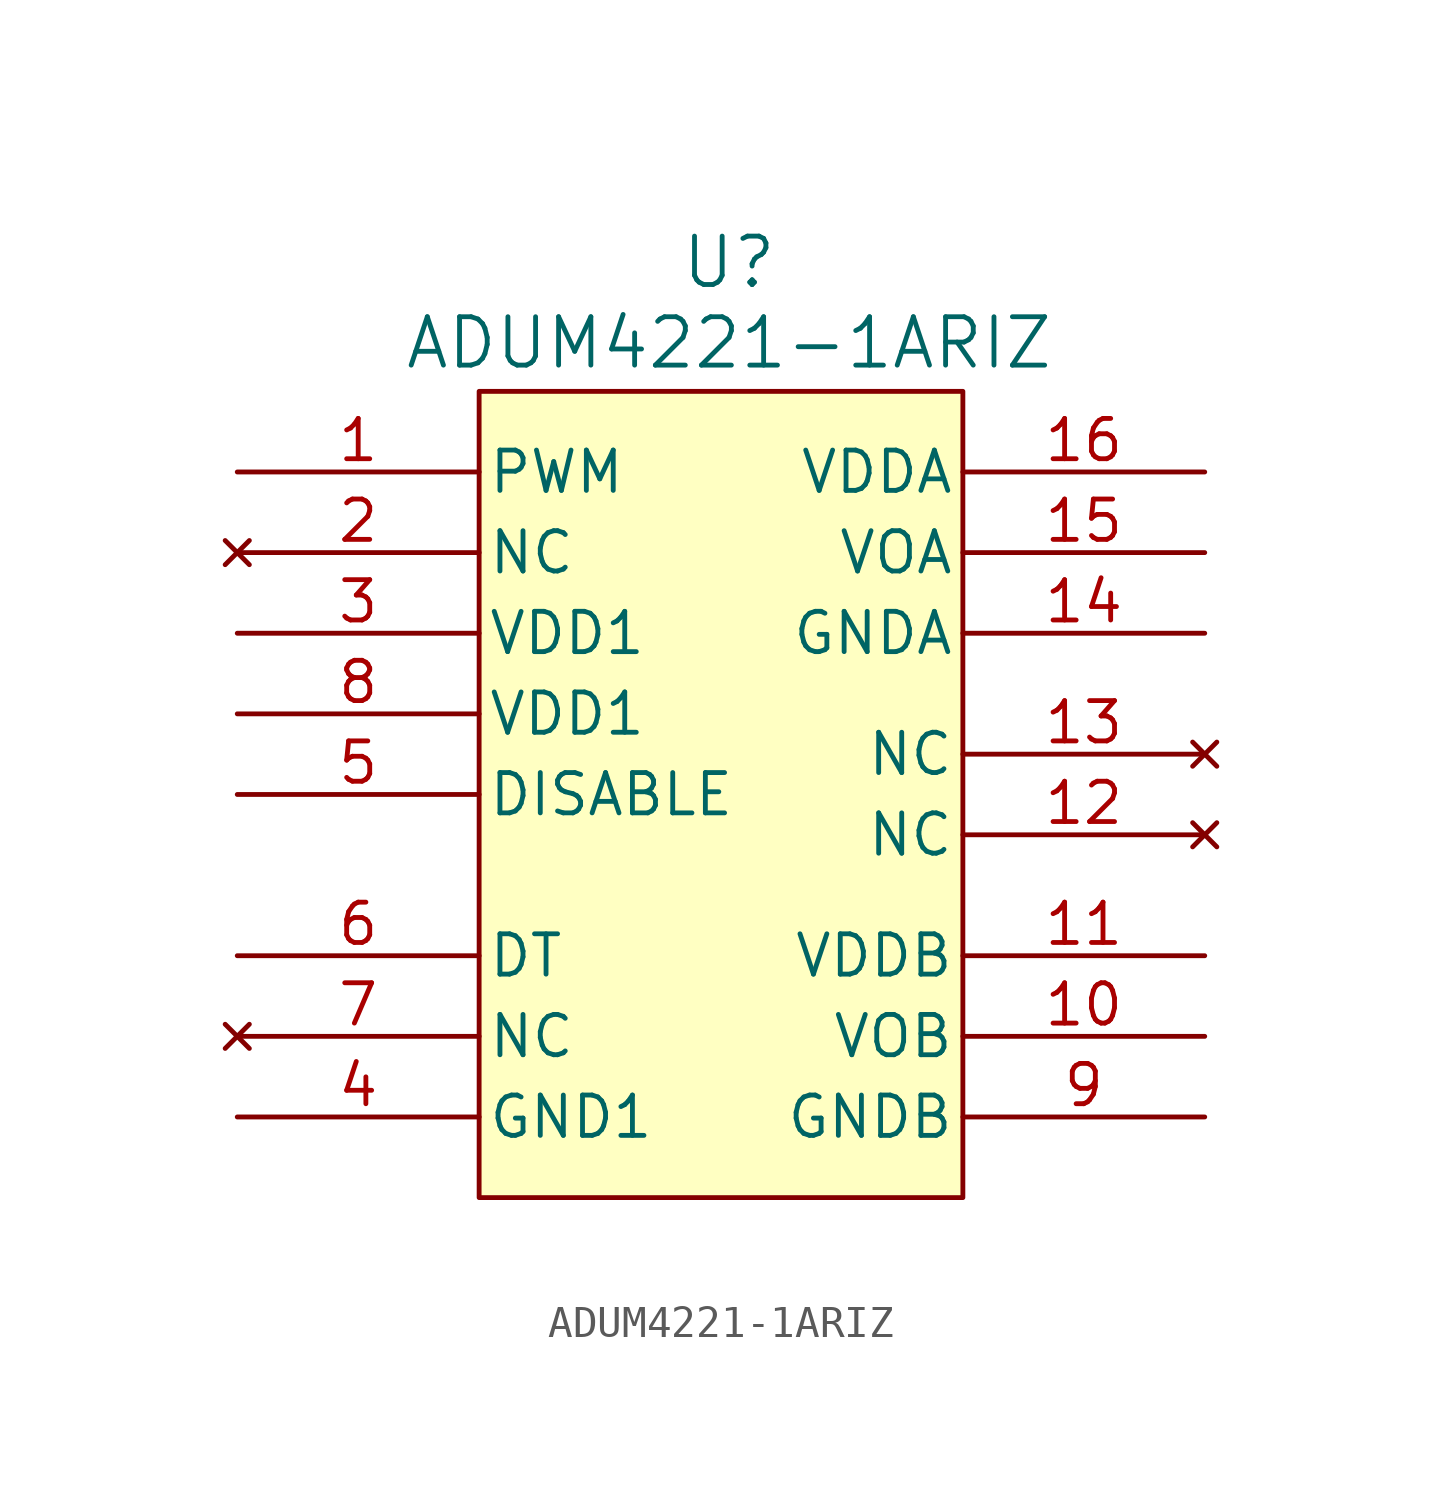
<source format=kicad_sym>
(kicad_symbol_lib
  (version 20231120)
  (generator "kicad_symbol_editor")
  (generator_version "8.0")
  (symbol "ADUM4221-1ARIZ"
    (pin_names
      (offset 0.254))
    (property "Reference" "U"
      (at 15.494 9.144 0)
      (effects (font (size 1.524 1.524))))
    (property "Value" "ADUM4221-1ARIZ"
      (at 15.494 6.604 0)
      (effects (font (size 1.524 1.524))))
    (symbol "ADUM4221-1ARIZ_0_1"
      (pin output line (at 30.48 -15.24 180) (length 7.62) (name "VOB" (effects (font (size 1.27 1.27)))) (number "10" (effects (font (size 1.27 1.27)))))
      (pin power_in line (at 30.48 -12.7 180) (length 7.62) (name "VDDB" (effects (font (size 1.27 1.27)))) (number "11" (effects (font (size 1.27 1.27)))))
      (pin no_connect line (at 30.48 -8.89 180) (length 7.62) (name "NC" (effects (font (size 1.27 1.27)))) (number "12" (effects (font (size 1.27 1.27)))))
      (pin no_connect line (at 30.48 -6.35 180) (length 7.62) (name "NC" (effects (font (size 1.27 1.27)))) (number "13" (effects (font (size 1.27 1.27)))))
      (pin power_out line (at 30.48 -2.54 180) (length 7.62) (name "GNDA" (effects (font (size 1.27 1.27)))) (number "14" (effects (font (size 1.27 1.27)))))
      (pin output line (at 30.48 0 180) (length 7.62) (name "VOA" (effects (font (size 1.27 1.27)))) (number "15" (effects (font (size 1.27 1.27)))))
      (pin power_in line (at 30.48 2.54 180) (length 7.62) (name "VDDA" (effects (font (size 1.27 1.27)))) (number "16" (effects (font (size 1.27 1.27)))))
      (pin power_in line (at 0 -2.54 0) (length 7.62) (name "VDD1" (effects (font (size 1.27 1.27)))) (number "3" (effects (font (size 1.27 1.27)))))
      (pin power_out line (at 0 -17.78 0) (length 7.62) (name "GND1" (effects (font (size 1.27 1.27)))) (number "4" (effects (font (size 1.27 1.27)))))
      (pin input line (at 0 -7.62 0) (length 7.62) (name "DISABLE" (effects (font (size 1.27 1.27)))) (number "5" (effects (font (size 1.27 1.27)))))
      (pin input line (at 0 -12.7 0) (length 7.62) (name "DT" (effects (font (size 1.27 1.27)))) (number "6" (effects (font (size 1.27 1.27)))))
      (pin power_in line (at 0 -5.08 0) (length 7.62) (name "VDD1" (effects (font (size 1.27 1.27)))) (number "8" (effects (font (size 1.27 1.27)))))
      (pin power_out line (at 30.48 -17.78 180) (length 7.62) (name "GNDB" (effects (font (size 1.27 1.27)))) (number "9" (effects (font (size 1.27 1.27))))))
    (symbol "ADUM4221-1ARIZ_1_1"
      (rectangle (start 7.62 5.08) (end 22.86 -20.32) (stroke (width 0) (type default)) (fill (type background)))
      (pin input line (at 0 2.54 0) (length 7.62) (name "PWM" (effects (font (size 1.27 1.27)))) (number "1" (effects (font (size 1.27 1.27)))))
      (pin no_connect line (at 0 0 0) (length 7.62) (name "NC" (effects (font (size 1.27 1.27)))) (number "2" (effects (font (size 1.27 1.27)))))
      (pin no_connect line (at 0 -15.24 0) (length 7.62) (name "NC" (effects (font (size 1.27 1.27)))) (number "7" (effects (font (size 1.27 1.27))))))))
</source>
